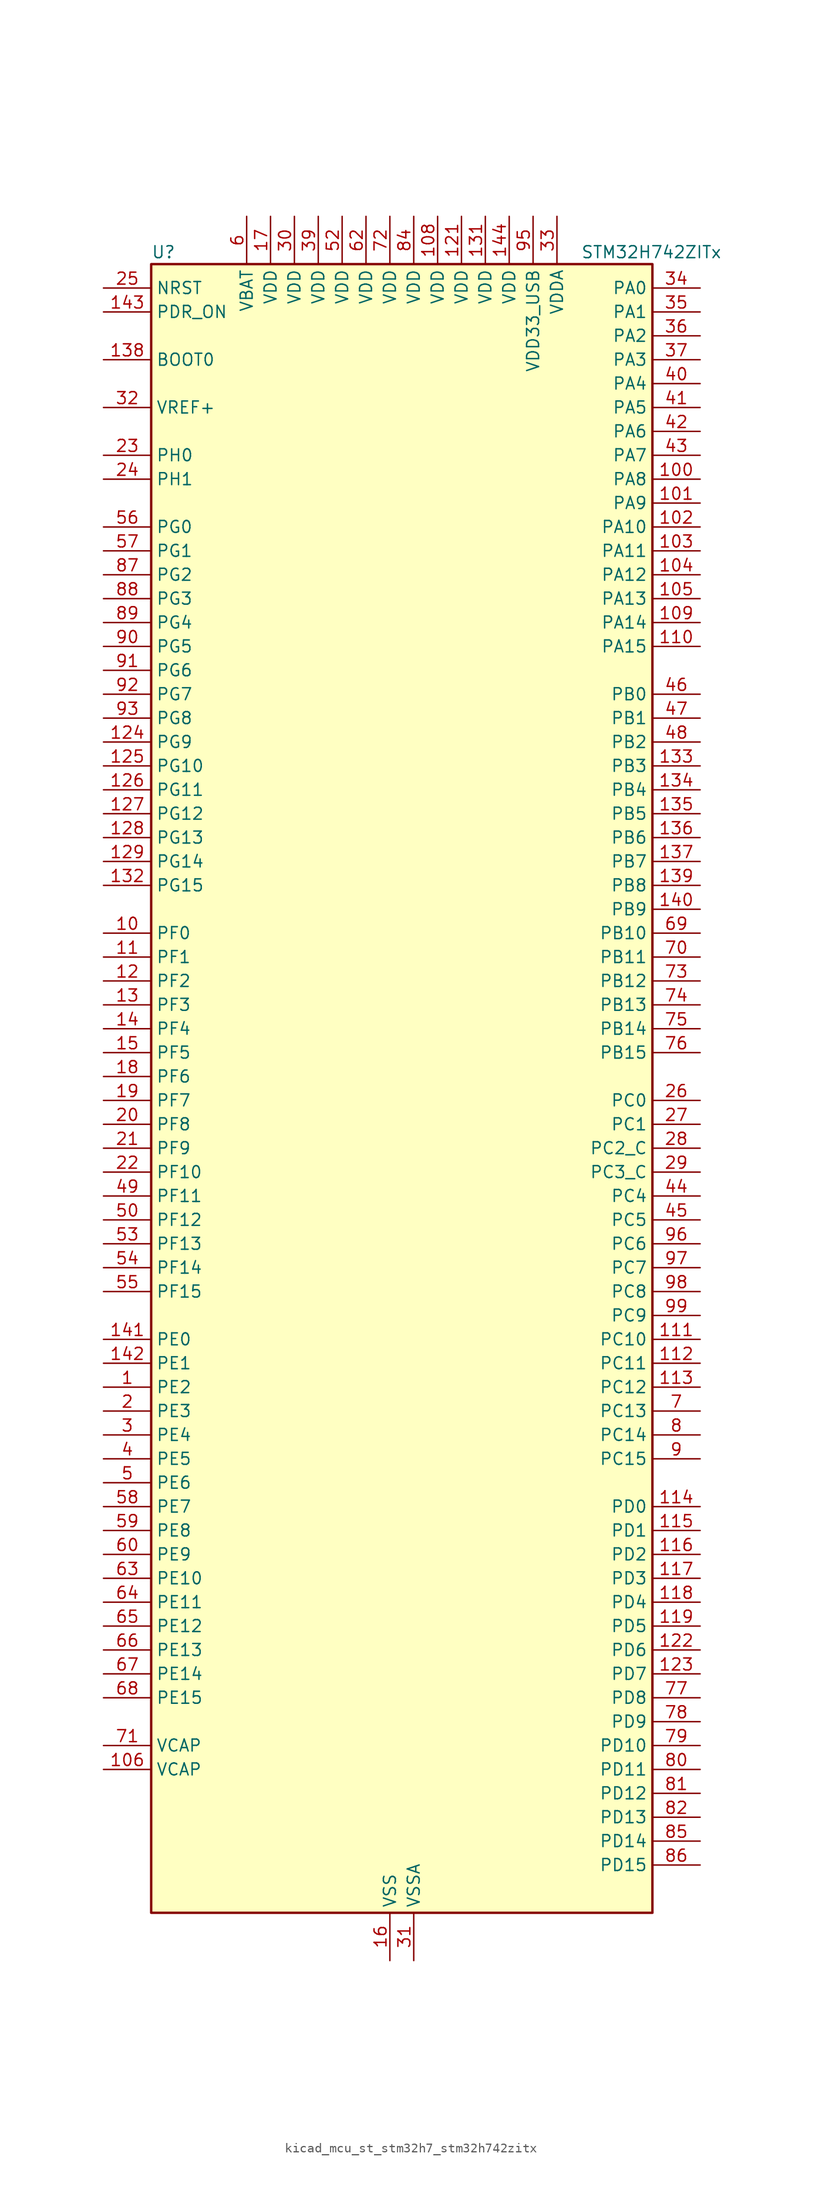
<source format=kicad_sym>
(kicad_symbol_lib
  (version 20220914)
  (generator kicad_symbol_editor)
  (symbol "kicad_mcu_st_stm32h7_stm32h742zitx"
    (property "Reference" "U"
      (at -25.4 90.17 0)
      (effects (font (size 1.27 1.27)) (justify left)))
    (property "Value" "STM32H742ZITx"
      (at 20.32 90.17 0)
      (effects (font (size 1.27 1.27)) (justify left)))
    (property "ki_locked" ""
      (at 0 0 0)
      (effects (font (size 1.27 1.27))))
    (symbol "kicad_mcu_st_stm32h7_stm32h742zitx_0_1"
      (rectangle (start -25.4 -86.36) (end 27.94 88.9) (stroke (width 0.254) (type default)) (fill (type background))))
    (symbol "kicad_mcu_st_stm32h7_stm32h742zitx_1_1"
      (pin bidirectional line (at -30.48 -30.48 0) (length 5.08) (name "PE2" (effects (font (size 1.27 1.27)))) (number "1" (effects (font (size 1.27 1.27)))) (alternate "DEBUG_TRACECLK" bidirectional line) (alternate "ETH_TXD3" bidirectional line) (alternate "FMC_A23" bidirectional line) (alternate "QUADSPI_BK1_IO2" bidirectional line) (alternate "SAI1_CK1" bidirectional line) (alternate "SAI1_MCLK_A" bidirectional line) (alternate "SAI4_CK1" bidirectional line) (alternate "SAI4_MCLK_A" bidirectional line) (alternate "SPI4_SCK" bidirectional line))
      (pin bidirectional line (at -30.48 17.78 0) (length 5.08) (name "PF0" (effects (font (size 1.27 1.27)))) (number "10" (effects (font (size 1.27 1.27)))) (alternate "FMC_A0" bidirectional line) (alternate "I2C2_SDA" bidirectional line))
      (pin bidirectional line (at 33.02 66.04 180) (length 5.08) (name "PA8" (effects (font (size 1.27 1.27)))) (number "100" (effects (font (size 1.27 1.27)))) (alternate "HRTIM_CHB2" bidirectional line) (alternate "I2C3_SCL" bidirectional line) (alternate "RCC_MCO_1" bidirectional line) (alternate "TIM1_CH1" bidirectional line) (alternate "TIM8_BKIN2" bidirectional line) (alternate "TIM8_BKIN2_COMP1" bidirectional line) (alternate "TIM8_BKIN2_COMP2" bidirectional line) (alternate "UART7_RX" bidirectional line) (alternate "USART1_CK" bidirectional line) (alternate "USB_OTG_FS_SOF" bidirectional line))
      (pin bidirectional line (at 33.02 63.5 180) (length 5.08) (name "PA9" (effects (font (size 1.27 1.27)))) (number "101" (effects (font (size 1.27 1.27)))) (alternate "DAC1_EXTI9" bidirectional line) (alternate "DCMI_D0" bidirectional line) (alternate "HRTIM_CHC1" bidirectional line) (alternate "I2C3_SMBA" bidirectional line) (alternate "I2S2_CK" bidirectional line) (alternate "LPUART1_TX" bidirectional line) (alternate "SPI2_SCK" bidirectional line) (alternate "TIM1_CH2" bidirectional line) (alternate "USART1_TX" bidirectional line) (alternate "USB_OTG_FS_VBUS" bidirectional line))
      (pin bidirectional line (at 33.02 60.96 180) (length 5.08) (name "PA10" (effects (font (size 1.27 1.27)))) (number "102" (effects (font (size 1.27 1.27)))) (alternate "DCMI_D1" bidirectional line) (alternate "HRTIM_CHC2" bidirectional line) (alternate "LPUART1_RX" bidirectional line) (alternate "MDIOS_MDIO" bidirectional line) (alternate "TIM1_CH3" bidirectional line) (alternate "USART1_RX" bidirectional line) (alternate "USB_OTG_FS_ID" bidirectional line))
      (pin bidirectional line (at 33.02 58.42 180) (length 5.08) (name "PA11" (effects (font (size 1.27 1.27)))) (number "103" (effects (font (size 1.27 1.27)))) (alternate "ADC1_EXTI11" bidirectional line) (alternate "ADC2_EXTI11" bidirectional line) (alternate "ADC3_EXTI11" bidirectional line) (alternate "FDCAN1_RX" bidirectional line) (alternate "HRTIM_CHD1" bidirectional line) (alternate "I2S2_WS" bidirectional line) (alternate "LPUART1_CTS" bidirectional line) (alternate "SPI2_NSS" bidirectional line) (alternate "TIM1_CH4" bidirectional line) (alternate "UART4_RX" bidirectional line) (alternate "USART1_CTS" bidirectional line) (alternate "USART1_NSS" bidirectional line) (alternate "USB_OTG_FS_DM" bidirectional line))
      (pin bidirectional line (at 33.02 55.88 180) (length 5.08) (name "PA12" (effects (font (size 1.27 1.27)))) (number "104" (effects (font (size 1.27 1.27)))) (alternate "FDCAN1_TX" bidirectional line) (alternate "HRTIM_CHD2" bidirectional line) (alternate "I2S2_CK" bidirectional line) (alternate "LPUART1_DE" bidirectional line) (alternate "LPUART1_RTS" bidirectional line) (alternate "SAI2_FS_B" bidirectional line) (alternate "SPI2_SCK" bidirectional line) (alternate "TIM1_ETR" bidirectional line) (alternate "UART4_TX" bidirectional line) (alternate "USART1_DE" bidirectional line) (alternate "USART1_RTS" bidirectional line) (alternate "USB_OTG_FS_DP" bidirectional line))
      (pin bidirectional line (at 33.02 53.34 180) (length 5.08) (name "PA13" (effects (font (size 1.27 1.27)))) (number "105" (effects (font (size 1.27 1.27)))) (alternate "DEBUG_JTMS-SWDIO" bidirectional line))
      (pin power_out line (at -30.48 -71.12 0) (length 5.08) (name "VCAP" (effects (font (size 1.27 1.27)))) (number "106" (effects (font (size 1.27 1.27)))))
      (pin passive line (at 0 -91.44 90) (length 5.08) hide (name "VSS" (effects (font (size 1.27 1.27)))) (number "107" (effects (font (size 1.27 1.27)))))
      (pin power_in line (at 5.08 93.98 270) (length 5.08) (name "VDD" (effects (font (size 1.27 1.27)))) (number "108" (effects (font (size 1.27 1.27)))))
      (pin bidirectional line (at 33.02 50.8 180) (length 5.08) (name "PA14" (effects (font (size 1.27 1.27)))) (number "109" (effects (font (size 1.27 1.27)))) (alternate "DEBUG_JTCK-SWCLK" bidirectional line))
      (pin bidirectional line (at -30.48 15.24 0) (length 5.08) (name "PF1" (effects (font (size 1.27 1.27)))) (number "11" (effects (font (size 1.27 1.27)))) (alternate "FMC_A1" bidirectional line) (alternate "I2C2_SCL" bidirectional line))
      (pin bidirectional line (at 33.02 48.26 180) (length 5.08) (name "PA15" (effects (font (size 1.27 1.27)))) (number "110" (effects (font (size 1.27 1.27)))) (alternate "ADC1_EXTI15" bidirectional line) (alternate "ADC2_EXTI15" bidirectional line) (alternate "ADC3_EXTI15" bidirectional line) (alternate "CEC" bidirectional line) (alternate "DEBUG_JTDI" bidirectional line) (alternate "HRTIM_FLT1" bidirectional line) (alternate "I2S1_WS" bidirectional line) (alternate "I2S3_WS" bidirectional line) (alternate "SPI1_NSS" bidirectional line) (alternate "SPI3_NSS" bidirectional line) (alternate "SPI6_NSS" bidirectional line) (alternate "TIM2_CH1" bidirectional line) (alternate "TIM2_ETR" bidirectional line) (alternate "UART4_DE" bidirectional line) (alternate "UART4_RTS" bidirectional line) (alternate "UART7_TX" bidirectional line))
      (pin bidirectional line (at 33.02 -25.4 180) (length 5.08) (name "PC10" (effects (font (size 1.27 1.27)))) (number "111" (effects (font (size 1.27 1.27)))) (alternate "DCMI_D8" bidirectional line) (alternate "DFSDM1_CKIN5" bidirectional line) (alternate "HRTIM_EEV1" bidirectional line) (alternate "I2S3_CK" bidirectional line) (alternate "QUADSPI_BK1_IO1" bidirectional line) (alternate "SDMMC1_D2" bidirectional line) (alternate "SPI3_SCK" bidirectional line) (alternate "UART4_TX" bidirectional line) (alternate "USART3_TX" bidirectional line))
      (pin bidirectional line (at 33.02 -27.94 180) (length 5.08) (name "PC11" (effects (font (size 1.27 1.27)))) (number "112" (effects (font (size 1.27 1.27)))) (alternate "ADC1_EXTI11" bidirectional line) (alternate "ADC2_EXTI11" bidirectional line) (alternate "ADC3_EXTI11" bidirectional line) (alternate "DCMI_D4" bidirectional line) (alternate "DFSDM1_DATIN5" bidirectional line) (alternate "HRTIM_FLT2" bidirectional line) (alternate "I2S3_SDI" bidirectional line) (alternate "QUADSPI_BK2_NCS" bidirectional line) (alternate "SDMMC1_D3" bidirectional line) (alternate "SPI3_MISO" bidirectional line) (alternate "UART4_RX" bidirectional line) (alternate "USART3_RX" bidirectional line))
      (pin bidirectional line (at 33.02 -30.48 180) (length 5.08) (name "PC12" (effects (font (size 1.27 1.27)))) (number "113" (effects (font (size 1.27 1.27)))) (alternate "DCMI_D9" bidirectional line) (alternate "DEBUG_TRACED3" bidirectional line) (alternate "HRTIM_EEV2" bidirectional line) (alternate "I2S3_SDO" bidirectional line) (alternate "SDMMC1_CK" bidirectional line) (alternate "SPI3_MOSI" bidirectional line) (alternate "UART5_TX" bidirectional line) (alternate "USART3_CK" bidirectional line))
      (pin bidirectional line (at 33.02 -43.18 180) (length 5.08) (name "PD0" (effects (font (size 1.27 1.27)))) (number "114" (effects (font (size 1.27 1.27)))) (alternate "DFSDM1_CKIN6" bidirectional line) (alternate "FDCAN1_RX" bidirectional line) (alternate "FMC_D2" bidirectional line) (alternate "FMC_DA2" bidirectional line) (alternate "SAI3_SCK_A" bidirectional line) (alternate "UART4_RX" bidirectional line))
      (pin bidirectional line (at 33.02 -45.72 180) (length 5.08) (name "PD1" (effects (font (size 1.27 1.27)))) (number "115" (effects (font (size 1.27 1.27)))) (alternate "DFSDM1_DATIN6" bidirectional line) (alternate "FDCAN1_TX" bidirectional line) (alternate "FMC_D3" bidirectional line) (alternate "FMC_DA3" bidirectional line) (alternate "SAI3_SD_A" bidirectional line) (alternate "UART4_TX" bidirectional line))
      (pin bidirectional line (at 33.02 -48.26 180) (length 5.08) (name "PD2" (effects (font (size 1.27 1.27)))) (number "116" (effects (font (size 1.27 1.27)))) (alternate "DCMI_D11" bidirectional line) (alternate "DEBUG_TRACED2" bidirectional line) (alternate "SDMMC1_CMD" bidirectional line) (alternate "TIM3_ETR" bidirectional line) (alternate "UART5_RX" bidirectional line))
      (pin bidirectional line (at 33.02 -50.8 180) (length 5.08) (name "PD3" (effects (font (size 1.27 1.27)))) (number "117" (effects (font (size 1.27 1.27)))) (alternate "DCMI_D5" bidirectional line) (alternate "DFSDM1_CKOUT" bidirectional line) (alternate "FMC_CLK" bidirectional line) (alternate "I2S2_CK" bidirectional line) (alternate "SPI2_SCK" bidirectional line) (alternate "USART2_CTS" bidirectional line) (alternate "USART2_NSS" bidirectional line))
      (pin bidirectional line (at 33.02 -53.34 180) (length 5.08) (name "PD4" (effects (font (size 1.27 1.27)))) (number "118" (effects (font (size 1.27 1.27)))) (alternate "FMC_NOE" bidirectional line) (alternate "HRTIM_FLT3" bidirectional line) (alternate "SAI3_FS_A" bidirectional line) (alternate "USART2_DE" bidirectional line) (alternate "USART2_RTS" bidirectional line))
      (pin bidirectional line (at 33.02 -55.88 180) (length 5.08) (name "PD5" (effects (font (size 1.27 1.27)))) (number "119" (effects (font (size 1.27 1.27)))) (alternate "FMC_NWE" bidirectional line) (alternate "HRTIM_EEV3" bidirectional line) (alternate "USART2_TX" bidirectional line))
      (pin bidirectional line (at -30.48 12.7 0) (length 5.08) (name "PF2" (effects (font (size 1.27 1.27)))) (number "12" (effects (font (size 1.27 1.27)))) (alternate "FMC_A2" bidirectional line) (alternate "I2C2_SMBA" bidirectional line))
      (pin passive line (at 0 -91.44 90) (length 5.08) hide (name "VSS" (effects (font (size 1.27 1.27)))) (number "120" (effects (font (size 1.27 1.27)))))
      (pin power_in line (at 7.62 93.98 270) (length 5.08) (name "VDD" (effects (font (size 1.27 1.27)))) (number "121" (effects (font (size 1.27 1.27)))))
      (pin bidirectional line (at 33.02 -58.42 180) (length 5.08) (name "PD6" (effects (font (size 1.27 1.27)))) (number "122" (effects (font (size 1.27 1.27)))) (alternate "DCMI_D10" bidirectional line) (alternate "DFSDM1_CKIN4" bidirectional line) (alternate "DFSDM1_DATIN1" bidirectional line) (alternate "FMC_NWAIT" bidirectional line) (alternate "I2S3_SDO" bidirectional line) (alternate "SAI1_D1" bidirectional line) (alternate "SAI1_SD_A" bidirectional line) (alternate "SAI4_D1" bidirectional line) (alternate "SAI4_SD_A" bidirectional line) (alternate "SDMMC2_CK" bidirectional line) (alternate "SPI3_MOSI" bidirectional line) (alternate "USART2_RX" bidirectional line))
      (pin bidirectional line (at 33.02 -60.96 180) (length 5.08) (name "PD7" (effects (font (size 1.27 1.27)))) (number "123" (effects (font (size 1.27 1.27)))) (alternate "DFSDM1_CKIN1" bidirectional line) (alternate "DFSDM1_DATIN4" bidirectional line) (alternate "FMC_NE1" bidirectional line) (alternate "I2S1_SDO" bidirectional line) (alternate "SDMMC2_CMD" bidirectional line) (alternate "SPDIFRX1_IN0" bidirectional line) (alternate "SPI1_MOSI" bidirectional line) (alternate "USART2_CK" bidirectional line))
      (pin bidirectional line (at -30.48 38.1 0) (length 5.08) (name "PG9" (effects (font (size 1.27 1.27)))) (number "124" (effects (font (size 1.27 1.27)))) (alternate "DAC1_EXTI9" bidirectional line) (alternate "DCMI_VSYNC" bidirectional line) (alternate "FMC_NCE" bidirectional line) (alternate "FMC_NE2" bidirectional line) (alternate "I2S1_SDI" bidirectional line) (alternate "QUADSPI_BK2_IO2" bidirectional line) (alternate "SAI2_FS_B" bidirectional line) (alternate "SPDIFRX1_IN3" bidirectional line) (alternate "SPI1_MISO" bidirectional line) (alternate "USART6_RX" bidirectional line))
      (pin bidirectional line (at -30.48 35.56 0) (length 5.08) (name "PG10" (effects (font (size 1.27 1.27)))) (number "125" (effects (font (size 1.27 1.27)))) (alternate "DCMI_D2" bidirectional line) (alternate "FMC_NE3" bidirectional line) (alternate "HRTIM_FLT5" bidirectional line) (alternate "I2S1_WS" bidirectional line) (alternate "SAI2_SD_B" bidirectional line) (alternate "SPI1_NSS" bidirectional line))
      (pin bidirectional line (at -30.48 33.02 0) (length 5.08) (name "PG11" (effects (font (size 1.27 1.27)))) (number "126" (effects (font (size 1.27 1.27)))) (alternate "ADC1_EXTI11" bidirectional line) (alternate "ADC2_EXTI11" bidirectional line) (alternate "ADC3_EXTI11" bidirectional line) (alternate "DCMI_D3" bidirectional line) (alternate "ETH_TX_EN" bidirectional line) (alternate "HRTIM_EEV4" bidirectional line) (alternate "I2S1_CK" bidirectional line) (alternate "LPTIM1_IN2" bidirectional line) (alternate "SDMMC2_D2" bidirectional line) (alternate "SPDIFRX1_IN0" bidirectional line) (alternate "SPI1_SCK" bidirectional line))
      (pin bidirectional line (at -30.48 30.48 0) (length 5.08) (name "PG12" (effects (font (size 1.27 1.27)))) (number "127" (effects (font (size 1.27 1.27)))) (alternate "ETH_TXD1" bidirectional line) (alternate "FMC_NE4" bidirectional line) (alternate "HRTIM_EEV5" bidirectional line) (alternate "LPTIM1_IN1" bidirectional line) (alternate "SPDIFRX1_IN1" bidirectional line) (alternate "SPI6_MISO" bidirectional line) (alternate "USART6_DE" bidirectional line) (alternate "USART6_RTS" bidirectional line))
      (pin bidirectional line (at -30.48 27.94 0) (length 5.08) (name "PG13" (effects (font (size 1.27 1.27)))) (number "128" (effects (font (size 1.27 1.27)))) (alternate "DEBUG_TRACED0" bidirectional line) (alternate "ETH_TXD0" bidirectional line) (alternate "FMC_A24" bidirectional line) (alternate "HRTIM_EEV10" bidirectional line) (alternate "LPTIM1_OUT" bidirectional line) (alternate "SPI6_SCK" bidirectional line) (alternate "USART6_CTS" bidirectional line) (alternate "USART6_NSS" bidirectional line))
      (pin bidirectional line (at -30.48 25.4 0) (length 5.08) (name "PG14" (effects (font (size 1.27 1.27)))) (number "129" (effects (font (size 1.27 1.27)))) (alternate "DEBUG_TRACED1" bidirectional line) (alternate "ETH_TXD1" bidirectional line) (alternate "FMC_A25" bidirectional line) (alternate "LPTIM1_ETR" bidirectional line) (alternate "QUADSPI_BK2_IO3" bidirectional line) (alternate "SPI6_MOSI" bidirectional line) (alternate "USART6_TX" bidirectional line))
      (pin bidirectional line (at -30.48 10.16 0) (length 5.08) (name "PF3" (effects (font (size 1.27 1.27)))) (number "13" (effects (font (size 1.27 1.27)))) (alternate "ADC3_INP5" bidirectional line) (alternate "FMC_A3" bidirectional line))
      (pin passive line (at 0 -91.44 90) (length 5.08) hide (name "VSS" (effects (font (size 1.27 1.27)))) (number "130" (effects (font (size 1.27 1.27)))))
      (pin power_in line (at 10.16 93.98 270) (length 5.08) (name "VDD" (effects (font (size 1.27 1.27)))) (number "131" (effects (font (size 1.27 1.27)))))
      (pin bidirectional line (at -30.48 22.86 0) (length 5.08) (name "PG15" (effects (font (size 1.27 1.27)))) (number "132" (effects (font (size 1.27 1.27)))) (alternate "ADC1_EXTI15" bidirectional line) (alternate "ADC2_EXTI15" bidirectional line) (alternate "ADC3_EXTI15" bidirectional line) (alternate "DCMI_D13" bidirectional line) (alternate "FMC_SDNCAS" bidirectional line) (alternate "USART6_CTS" bidirectional line) (alternate "USART6_NSS" bidirectional line))
      (pin bidirectional line (at 33.02 35.56 180) (length 5.08) (name "PB3" (effects (font (size 1.27 1.27)))) (number "133" (effects (font (size 1.27 1.27)))) (alternate "CRS_SYNC" bidirectional line) (alternate "DEBUG_JTDO-SWO" bidirectional line) (alternate "HRTIM_FLT4" bidirectional line) (alternate "I2S1_CK" bidirectional line) (alternate "I2S3_CK" bidirectional line) (alternate "SDMMC2_D2" bidirectional line) (alternate "SPI1_SCK" bidirectional line) (alternate "SPI3_SCK" bidirectional line) (alternate "SPI6_SCK" bidirectional line) (alternate "TIM2_CH2" bidirectional line) (alternate "UART7_RX" bidirectional line))
      (pin bidirectional line (at 33.02 33.02 180) (length 5.08) (name "PB4" (effects (font (size 1.27 1.27)))) (number "134" (effects (font (size 1.27 1.27)))) (alternate "DEBUG_JTRST" bidirectional line) (alternate "HRTIM_EEV6" bidirectional line) (alternate "I2S1_SDI" bidirectional line) (alternate "I2S2_WS" bidirectional line) (alternate "I2S3_SDI" bidirectional line) (alternate "SDMMC2_D3" bidirectional line) (alternate "SPI1_MISO" bidirectional line) (alternate "SPI2_NSS" bidirectional line) (alternate "SPI3_MISO" bidirectional line) (alternate "SPI6_MISO" bidirectional line) (alternate "TIM16_BKIN" bidirectional line) (alternate "TIM3_CH1" bidirectional line) (alternate "UART7_TX" bidirectional line))
      (pin bidirectional line (at 33.02 30.48 180) (length 5.08) (name "PB5" (effects (font (size 1.27 1.27)))) (number "135" (effects (font (size 1.27 1.27)))) (alternate "DCMI_D10" bidirectional line) (alternate "ETH_PPS_OUT" bidirectional line) (alternate "FDCAN2_RX" bidirectional line) (alternate "FMC_SDCKE1" bidirectional line) (alternate "HRTIM_EEV7" bidirectional line) (alternate "I2C1_SMBA" bidirectional line) (alternate "I2C4_SMBA" bidirectional line) (alternate "I2S1_SDO" bidirectional line) (alternate "I2S3_SDO" bidirectional line) (alternate "SPI1_MOSI" bidirectional line) (alternate "SPI3_MOSI" bidirectional line) (alternate "SPI6_MOSI" bidirectional line) (alternate "TIM17_BKIN" bidirectional line) (alternate "TIM3_CH2" bidirectional line) (alternate "UART5_RX" bidirectional line) (alternate "USB_OTG_HS_ULPI_D7" bidirectional line))
      (pin bidirectional line (at 33.02 27.94 180) (length 5.08) (name "PB6" (effects (font (size 1.27 1.27)))) (number "136" (effects (font (size 1.27 1.27)))) (alternate "CEC" bidirectional line) (alternate "DCMI_D5" bidirectional line) (alternate "DFSDM1_DATIN5" bidirectional line) (alternate "FDCAN2_TX" bidirectional line) (alternate "FMC_SDNE1" bidirectional line) (alternate "HRTIM_EEV8" bidirectional line) (alternate "I2C1_SCL" bidirectional line) (alternate "I2C4_SCL" bidirectional line) (alternate "LPUART1_TX" bidirectional line) (alternate "QUADSPI_BK1_NCS" bidirectional line) (alternate "TIM16_CH1N" bidirectional line) (alternate "TIM4_CH1" bidirectional line) (alternate "UART5_TX" bidirectional line) (alternate "USART1_TX" bidirectional line))
      (pin bidirectional line (at 33.02 25.4 180) (length 5.08) (name "PB7" (effects (font (size 1.27 1.27)))) (number "137" (effects (font (size 1.27 1.27)))) (alternate "DCMI_VSYNC" bidirectional line) (alternate "DFSDM1_CKIN5" bidirectional line) (alternate "FMC_NL" bidirectional line) (alternate "HRTIM_EEV9" bidirectional line) (alternate "I2C1_SDA" bidirectional line) (alternate "I2C4_SDA" bidirectional line) (alternate "LPUART1_RX" bidirectional line) (alternate "PWR_PVD_IN" bidirectional line) (alternate "TIM17_CH1N" bidirectional line) (alternate "TIM4_CH2" bidirectional line) (alternate "USART1_RX" bidirectional line))
      (pin input line (at -30.48 78.74 0) (length 5.08) (name "BOOT0" (effects (font (size 1.27 1.27)))) (number "138" (effects (font (size 1.27 1.27)))))
      (pin bidirectional line (at 33.02 22.86 180) (length 5.08) (name "PB8" (effects (font (size 1.27 1.27)))) (number "139" (effects (font (size 1.27 1.27)))) (alternate "DCMI_D6" bidirectional line) (alternate "DFSDM1_CKIN7" bidirectional line) (alternate "ETH_TXD3" bidirectional line) (alternate "FDCAN1_RX" bidirectional line) (alternate "I2C1_SCL" bidirectional line) (alternate "I2C4_SCL" bidirectional line) (alternate "SDMMC1_CKIN" bidirectional line) (alternate "SDMMC1_D4" bidirectional line) (alternate "SDMMC2_D4" bidirectional line) (alternate "TIM16_CH1" bidirectional line) (alternate "TIM4_CH3" bidirectional line) (alternate "UART4_RX" bidirectional line))
      (pin bidirectional line (at -30.48 7.62 0) (length 5.08) (name "PF4" (effects (font (size 1.27 1.27)))) (number "14" (effects (font (size 1.27 1.27)))) (alternate "ADC3_INN5" bidirectional line) (alternate "ADC3_INP9" bidirectional line) (alternate "FMC_A4" bidirectional line))
      (pin bidirectional line (at 33.02 20.32 180) (length 5.08) (name "PB9" (effects (font (size 1.27 1.27)))) (number "140" (effects (font (size 1.27 1.27)))) (alternate "DAC1_EXTI9" bidirectional line) (alternate "DCMI_D7" bidirectional line) (alternate "DFSDM1_DATIN7" bidirectional line) (alternate "FDCAN1_TX" bidirectional line) (alternate "I2C1_SDA" bidirectional line) (alternate "I2C4_SDA" bidirectional line) (alternate "I2C4_SMBA" bidirectional line) (alternate "I2S2_WS" bidirectional line) (alternate "SDMMC1_CDIR" bidirectional line) (alternate "SDMMC1_D5" bidirectional line) (alternate "SDMMC2_D5" bidirectional line) (alternate "SPI2_NSS" bidirectional line) (alternate "TIM17_CH1" bidirectional line) (alternate "TIM4_CH4" bidirectional line) (alternate "UART4_TX" bidirectional line))
      (pin bidirectional line (at -30.48 -25.4 0) (length 5.08) (name "PE0" (effects (font (size 1.27 1.27)))) (number "141" (effects (font (size 1.27 1.27)))) (alternate "DCMI_D2" bidirectional line) (alternate "FMC_NBL0" bidirectional line) (alternate "HRTIM_SCIN" bidirectional line) (alternate "LPTIM1_ETR" bidirectional line) (alternate "LPTIM2_ETR" bidirectional line) (alternate "SAI2_MCLK_A" bidirectional line) (alternate "TIM4_ETR" bidirectional line) (alternate "UART8_RX" bidirectional line))
      (pin bidirectional line (at -30.48 -27.94 0) (length 5.08) (name "PE1" (effects (font (size 1.27 1.27)))) (number "142" (effects (font (size 1.27 1.27)))) (alternate "DCMI_D3" bidirectional line) (alternate "FMC_NBL1" bidirectional line) (alternate "HRTIM_SCOUT" bidirectional line) (alternate "LPTIM1_IN2" bidirectional line) (alternate "UART8_TX" bidirectional line))
      (pin input line (at -30.48 83.82 0) (length 5.08) (name "PDR_ON" (effects (font (size 1.27 1.27)))) (number "143" (effects (font (size 1.27 1.27)))))
      (pin power_in line (at 12.7 93.98 270) (length 5.08) (name "VDD" (effects (font (size 1.27 1.27)))) (number "144" (effects (font (size 1.27 1.27)))))
      (pin bidirectional line (at -30.48 5.08 0) (length 5.08) (name "PF5" (effects (font (size 1.27 1.27)))) (number "15" (effects (font (size 1.27 1.27)))) (alternate "ADC3_INP4" bidirectional line) (alternate "FMC_A5" bidirectional line))
      (pin power_in line (at 0 -91.44 90) (length 5.08) (name "VSS" (effects (font (size 1.27 1.27)))) (number "16" (effects (font (size 1.27 1.27)))))
      (pin power_in line (at -12.7 93.98 270) (length 5.08) (name "VDD" (effects (font (size 1.27 1.27)))) (number "17" (effects (font (size 1.27 1.27)))))
      (pin bidirectional line (at -30.48 2.54 0) (length 5.08) (name "PF6" (effects (font (size 1.27 1.27)))) (number "18" (effects (font (size 1.27 1.27)))) (alternate "ADC3_INN4" bidirectional line) (alternate "ADC3_INP8" bidirectional line) (alternate "QUADSPI_BK1_IO3" bidirectional line) (alternate "SAI1_SD_B" bidirectional line) (alternate "SAI4_SD_B" bidirectional line) (alternate "SPI5_NSS" bidirectional line) (alternate "TIM16_CH1" bidirectional line) (alternate "UART7_RX" bidirectional line))
      (pin bidirectional line (at -30.48 0 0) (length 5.08) (name "PF7" (effects (font (size 1.27 1.27)))) (number "19" (effects (font (size 1.27 1.27)))) (alternate "ADC3_INP3" bidirectional line) (alternate "QUADSPI_BK1_IO2" bidirectional line) (alternate "SAI1_MCLK_B" bidirectional line) (alternate "SAI4_MCLK_B" bidirectional line) (alternate "SPI5_SCK" bidirectional line) (alternate "TIM17_CH1" bidirectional line) (alternate "UART7_TX" bidirectional line))
      (pin bidirectional line (at -30.48 -33.02 0) (length 5.08) (name "PE3" (effects (font (size 1.27 1.27)))) (number "2" (effects (font (size 1.27 1.27)))) (alternate "DEBUG_TRACED0" bidirectional line) (alternate "FMC_A19" bidirectional line) (alternate "SAI1_SD_B" bidirectional line) (alternate "SAI4_SD_B" bidirectional line) (alternate "TIM15_BKIN" bidirectional line))
      (pin bidirectional line (at -30.48 -2.54 0) (length 5.08) (name "PF8" (effects (font (size 1.27 1.27)))) (number "20" (effects (font (size 1.27 1.27)))) (alternate "ADC3_INN3" bidirectional line) (alternate "ADC3_INP7" bidirectional line) (alternate "QUADSPI_BK1_IO0" bidirectional line) (alternate "SAI1_SCK_B" bidirectional line) (alternate "SAI4_SCK_B" bidirectional line) (alternate "SPI5_MISO" bidirectional line) (alternate "TIM13_CH1" bidirectional line) (alternate "TIM16_CH1N" bidirectional line) (alternate "UART7_DE" bidirectional line) (alternate "UART7_RTS" bidirectional line))
      (pin bidirectional line (at -30.48 -5.08 0) (length 5.08) (name "PF9" (effects (font (size 1.27 1.27)))) (number "21" (effects (font (size 1.27 1.27)))) (alternate "ADC3_INP2" bidirectional line) (alternate "DAC1_EXTI9" bidirectional line) (alternate "QUADSPI_BK1_IO1" bidirectional line) (alternate "SAI1_FS_B" bidirectional line) (alternate "SAI4_FS_B" bidirectional line) (alternate "SPI5_MOSI" bidirectional line) (alternate "TIM14_CH1" bidirectional line) (alternate "TIM17_CH1N" bidirectional line) (alternate "UART7_CTS" bidirectional line))
      (pin bidirectional line (at -30.48 -7.62 0) (length 5.08) (name "PF10" (effects (font (size 1.27 1.27)))) (number "22" (effects (font (size 1.27 1.27)))) (alternate "ADC3_INN2" bidirectional line) (alternate "ADC3_INP6" bidirectional line) (alternate "DCMI_D11" bidirectional line) (alternate "QUADSPI_CLK" bidirectional line) (alternate "SAI1_D3" bidirectional line) (alternate "SAI4_D3" bidirectional line) (alternate "TIM16_BKIN" bidirectional line))
      (pin bidirectional line (at -30.48 68.58 0) (length 5.08) (name "PH0" (effects (font (size 1.27 1.27)))) (number "23" (effects (font (size 1.27 1.27)))) (alternate "RCC_OSC_IN" bidirectional line))
      (pin bidirectional line (at -30.48 66.04 0) (length 5.08) (name "PH1" (effects (font (size 1.27 1.27)))) (number "24" (effects (font (size 1.27 1.27)))) (alternate "RCC_OSC_OUT" bidirectional line))
      (pin input line (at -30.48 86.36 0) (length 5.08) (name "NRST" (effects (font (size 1.27 1.27)))) (number "25" (effects (font (size 1.27 1.27)))))
      (pin bidirectional line (at 33.02 0 180) (length 5.08) (name "PC0" (effects (font (size 1.27 1.27)))) (number "26" (effects (font (size 1.27 1.27)))) (alternate "ADC1_INP10" bidirectional line) (alternate "ADC2_INP10" bidirectional line) (alternate "ADC3_INP10" bidirectional line) (alternate "DFSDM1_CKIN0" bidirectional line) (alternate "DFSDM1_DATIN4" bidirectional line) (alternate "FMC_SDNWE" bidirectional line) (alternate "SAI2_FS_B" bidirectional line) (alternate "USB_OTG_HS_ULPI_STP" bidirectional line))
      (pin bidirectional line (at 33.02 -2.54 180) (length 5.08) (name "PC1" (effects (font (size 1.27 1.27)))) (number "27" (effects (font (size 1.27 1.27)))) (alternate "ADC1_INN10" bidirectional line) (alternate "ADC1_INP11" bidirectional line) (alternate "ADC2_INN10" bidirectional line) (alternate "ADC2_INP11" bidirectional line) (alternate "ADC3_INN10" bidirectional line) (alternate "ADC3_INP11" bidirectional line) (alternate "DEBUG_TRACED0" bidirectional line) (alternate "DFSDM1_CKIN4" bidirectional line) (alternate "DFSDM1_DATIN0" bidirectional line) (alternate "ETH_MDC" bidirectional line) (alternate "I2S2_SDO" bidirectional line) (alternate "MDIOS_MDC" bidirectional line) (alternate "PWR_WKUP5" bidirectional line) (alternate "RTC_TAMP3" bidirectional line) (alternate "SAI1_D1" bidirectional line) (alternate "SAI1_SD_A" bidirectional line) (alternate "SAI4_D1" bidirectional line) (alternate "SAI4_SD_A" bidirectional line) (alternate "SDMMC2_CK" bidirectional line) (alternate "SPI2_MOSI" bidirectional line))
      (pin bidirectional line (at 33.02 -5.08 180) (length 5.08) (name "PC2_C" (effects (font (size 1.27 1.27)))) (number "28" (effects (font (size 1.27 1.27)))) (alternate "ADC3_INN1" bidirectional line) (alternate "ADC3_INP0" bidirectional line) (alternate "DFSDM1_CKIN1" bidirectional line) (alternate "DFSDM1_CKOUT" bidirectional line) (alternate "ETH_TXD2" bidirectional line) (alternate "FMC_SDNE0" bidirectional line) (alternate "I2S2_SDI" bidirectional line) (alternate "PWR_CSTOP" bidirectional line) (alternate "SPI2_MISO" bidirectional line) (alternate "USB_OTG_HS_ULPI_DIR" bidirectional line))
      (pin bidirectional line (at 33.02 -7.62 180) (length 5.08) (name "PC3_C" (effects (font (size 1.27 1.27)))) (number "29" (effects (font (size 1.27 1.27)))) (alternate "ADC3_INP1" bidirectional line) (alternate "DFSDM1_DATIN1" bidirectional line) (alternate "ETH_TX_CLK" bidirectional line) (alternate "FMC_SDCKE0" bidirectional line) (alternate "I2S2_SDO" bidirectional line) (alternate "PWR_CSLEEP" bidirectional line) (alternate "SPI2_MOSI" bidirectional line) (alternate "USB_OTG_HS_ULPI_NXT" bidirectional line))
      (pin bidirectional line (at -30.48 -35.56 0) (length 5.08) (name "PE4" (effects (font (size 1.27 1.27)))) (number "3" (effects (font (size 1.27 1.27)))) (alternate "DCMI_D4" bidirectional line) (alternate "DEBUG_TRACED1" bidirectional line) (alternate "DFSDM1_DATIN3" bidirectional line) (alternate "FMC_A20" bidirectional line) (alternate "SAI1_D2" bidirectional line) (alternate "SAI1_FS_A" bidirectional line) (alternate "SAI4_D2" bidirectional line) (alternate "SAI4_FS_A" bidirectional line) (alternate "SPI4_NSS" bidirectional line) (alternate "TIM15_CH1N" bidirectional line))
      (pin power_in line (at -10.16 93.98 270) (length 5.08) (name "VDD" (effects (font (size 1.27 1.27)))) (number "30" (effects (font (size 1.27 1.27)))))
      (pin power_in line (at 2.54 -91.44 90) (length 5.08) (name "VSSA" (effects (font (size 1.27 1.27)))) (number "31" (effects (font (size 1.27 1.27)))))
      (pin input line (at -30.48 73.66 0) (length 5.08) (name "VREF+" (effects (font (size 1.27 1.27)))) (number "32" (effects (font (size 1.27 1.27)))) (alternate "VREFBUF_OUT" bidirectional line))
      (pin power_in line (at 17.78 93.98 270) (length 5.08) (name "VDDA" (effects (font (size 1.27 1.27)))) (number "33" (effects (font (size 1.27 1.27)))))
      (pin bidirectional line (at 33.02 86.36 180) (length 5.08) (name "PA0" (effects (font (size 1.27 1.27)))) (number "34" (effects (font (size 1.27 1.27)))) (alternate "ADC1_INP16" bidirectional line) (alternate "ETH_CRS" bidirectional line) (alternate "PWR_WKUP0" bidirectional line) (alternate "SAI2_SD_B" bidirectional line) (alternate "SDMMC2_CMD" bidirectional line) (alternate "TIM15_BKIN" bidirectional line) (alternate "TIM2_CH1" bidirectional line) (alternate "TIM2_ETR" bidirectional line) (alternate "TIM5_CH1" bidirectional line) (alternate "TIM8_ETR" bidirectional line) (alternate "UART4_TX" bidirectional line) (alternate "USART2_CTS" bidirectional line) (alternate "USART2_NSS" bidirectional line))
      (pin bidirectional line (at 33.02 83.82 180) (length 5.08) (name "PA1" (effects (font (size 1.27 1.27)))) (number "35" (effects (font (size 1.27 1.27)))) (alternate "ADC1_INN16" bidirectional line) (alternate "ADC1_INP17" bidirectional line) (alternate "ETH_REF_CLK" bidirectional line) (alternate "ETH_RX_CLK" bidirectional line) (alternate "LPTIM3_OUT" bidirectional line) (alternate "QUADSPI_BK1_IO3" bidirectional line) (alternate "SAI2_MCLK_B" bidirectional line) (alternate "TIM15_CH1N" bidirectional line) (alternate "TIM2_CH2" bidirectional line) (alternate "TIM5_CH2" bidirectional line) (alternate "UART4_RX" bidirectional line) (alternate "USART2_DE" bidirectional line) (alternate "USART2_RTS" bidirectional line))
      (pin bidirectional line (at 33.02 81.28 180) (length 5.08) (name "PA2" (effects (font (size 1.27 1.27)))) (number "36" (effects (font (size 1.27 1.27)))) (alternate "ADC1_INP14" bidirectional line) (alternate "ADC2_INP14" bidirectional line) (alternate "ETH_MDIO" bidirectional line) (alternate "LPTIM4_OUT" bidirectional line) (alternate "MDIOS_MDIO" bidirectional line) (alternate "PWR_WKUP1" bidirectional line) (alternate "SAI2_SCK_B" bidirectional line) (alternate "TIM15_CH1" bidirectional line) (alternate "TIM2_CH3" bidirectional line) (alternate "TIM5_CH3" bidirectional line) (alternate "USART2_TX" bidirectional line))
      (pin bidirectional line (at 33.02 78.74 180) (length 5.08) (name "PA3" (effects (font (size 1.27 1.27)))) (number "37" (effects (font (size 1.27 1.27)))) (alternate "ADC1_INP15" bidirectional line) (alternate "ADC2_INP15" bidirectional line) (alternate "ETH_COL" bidirectional line) (alternate "LPTIM5_OUT" bidirectional line) (alternate "TIM15_CH2" bidirectional line) (alternate "TIM2_CH4" bidirectional line) (alternate "TIM5_CH4" bidirectional line) (alternate "USART2_RX" bidirectional line) (alternate "USB_OTG_HS_ULPI_D0" bidirectional line))
      (pin passive line (at 0 -91.44 90) (length 5.08) hide (name "VSS" (effects (font (size 1.27 1.27)))) (number "38" (effects (font (size 1.27 1.27)))))
      (pin power_in line (at -7.62 93.98 270) (length 5.08) (name "VDD" (effects (font (size 1.27 1.27)))) (number "39" (effects (font (size 1.27 1.27)))))
      (pin bidirectional line (at -30.48 -38.1 0) (length 5.08) (name "PE5" (effects (font (size 1.27 1.27)))) (number "4" (effects (font (size 1.27 1.27)))) (alternate "DCMI_D6" bidirectional line) (alternate "DEBUG_TRACED2" bidirectional line) (alternate "DFSDM1_CKIN3" bidirectional line) (alternate "FMC_A21" bidirectional line) (alternate "SAI1_CK2" bidirectional line) (alternate "SAI1_SCK_A" bidirectional line) (alternate "SAI4_CK2" bidirectional line) (alternate "SAI4_SCK_A" bidirectional line) (alternate "SPI4_MISO" bidirectional line) (alternate "TIM15_CH1" bidirectional line))
      (pin bidirectional line (at 33.02 76.2 180) (length 5.08) (name "PA4" (effects (font (size 1.27 1.27)))) (number "40" (effects (font (size 1.27 1.27)))) (alternate "ADC1_INP18" bidirectional line) (alternate "ADC2_INP18" bidirectional line) (alternate "DAC1_OUT1" bidirectional line) (alternate "DCMI_HSYNC" bidirectional line) (alternate "I2S1_WS" bidirectional line) (alternate "I2S3_WS" bidirectional line) (alternate "SPI1_NSS" bidirectional line) (alternate "SPI3_NSS" bidirectional line) (alternate "SPI6_NSS" bidirectional line) (alternate "TIM5_ETR" bidirectional line) (alternate "USART2_CK" bidirectional line) (alternate "USB_OTG_HS_SOF" bidirectional line))
      (pin bidirectional line (at 33.02 73.66 180) (length 5.08) (name "PA5" (effects (font (size 1.27 1.27)))) (number "41" (effects (font (size 1.27 1.27)))) (alternate "ADC1_INN18" bidirectional line) (alternate "ADC1_INP19" bidirectional line) (alternate "ADC2_INN18" bidirectional line) (alternate "ADC2_INP19" bidirectional line) (alternate "DAC1_OUT2" bidirectional line) (alternate "I2S1_CK" bidirectional line) (alternate "PWR_NDSTOP2" bidirectional line) (alternate "SPI1_SCK" bidirectional line) (alternate "SPI6_SCK" bidirectional line) (alternate "TIM2_CH1" bidirectional line) (alternate "TIM2_ETR" bidirectional line) (alternate "TIM8_CH1N" bidirectional line) (alternate "USB_OTG_HS_ULPI_CK" bidirectional line))
      (pin bidirectional line (at 33.02 71.12 180) (length 5.08) (name "PA6" (effects (font (size 1.27 1.27)))) (number "42" (effects (font (size 1.27 1.27)))) (alternate "ADC1_INP3" bidirectional line) (alternate "ADC2_INP3" bidirectional line) (alternate "DCMI_PIXCLK" bidirectional line) (alternate "I2S1_SDI" bidirectional line) (alternate "MDIOS_MDC" bidirectional line) (alternate "SPI1_MISO" bidirectional line) (alternate "SPI6_MISO" bidirectional line) (alternate "TIM13_CH1" bidirectional line) (alternate "TIM1_BKIN" bidirectional line) (alternate "TIM1_BKIN_COMP1" bidirectional line) (alternate "TIM1_BKIN_COMP2" bidirectional line) (alternate "TIM3_CH1" bidirectional line) (alternate "TIM8_BKIN" bidirectional line) (alternate "TIM8_BKIN_COMP1" bidirectional line) (alternate "TIM8_BKIN_COMP2" bidirectional line))
      (pin bidirectional line (at 33.02 68.58 180) (length 5.08) (name "PA7" (effects (font (size 1.27 1.27)))) (number "43" (effects (font (size 1.27 1.27)))) (alternate "ADC1_INN3" bidirectional line) (alternate "ADC1_INP7" bidirectional line) (alternate "ADC2_INN3" bidirectional line) (alternate "ADC2_INP7" bidirectional line) (alternate "ETH_CRS_DV" bidirectional line) (alternate "ETH_RX_DV" bidirectional line) (alternate "FMC_SDNWE" bidirectional line) (alternate "I2S1_SDO" bidirectional line) (alternate "OPAMP1_VINM" bidirectional line) (alternate "OPAMP1_VINM1" bidirectional line) (alternate "SPI1_MOSI" bidirectional line) (alternate "SPI6_MOSI" bidirectional line) (alternate "TIM14_CH1" bidirectional line) (alternate "TIM1_CH1N" bidirectional line) (alternate "TIM3_CH2" bidirectional line) (alternate "TIM8_CH1N" bidirectional line))
      (pin bidirectional line (at 33.02 -10.16 180) (length 5.08) (name "PC4" (effects (font (size 1.27 1.27)))) (number "44" (effects (font (size 1.27 1.27)))) (alternate "ADC1_INP4" bidirectional line) (alternate "ADC2_INP4" bidirectional line) (alternate "COMP1_INM" bidirectional line) (alternate "DFSDM1_CKIN2" bidirectional line) (alternate "ETH_RXD0" bidirectional line) (alternate "FMC_SDNE0" bidirectional line) (alternate "I2S1_MCK" bidirectional line) (alternate "OPAMP1_VOUT" bidirectional line) (alternate "SPDIFRX1_IN2" bidirectional line))
      (pin bidirectional line (at 33.02 -12.7 180) (length 5.08) (name "PC5" (effects (font (size 1.27 1.27)))) (number "45" (effects (font (size 1.27 1.27)))) (alternate "ADC1_INN4" bidirectional line) (alternate "ADC1_INP8" bidirectional line) (alternate "ADC2_INN4" bidirectional line) (alternate "ADC2_INP8" bidirectional line) (alternate "COMP1_OUT" bidirectional line) (alternate "DFSDM1_DATIN2" bidirectional line) (alternate "ETH_RXD1" bidirectional line) (alternate "FMC_SDCKE0" bidirectional line) (alternate "OPAMP1_VINM" bidirectional line) (alternate "OPAMP1_VINM0" bidirectional line) (alternate "SAI1_D3" bidirectional line) (alternate "SAI4_D3" bidirectional line) (alternate "SPDIFRX1_IN3" bidirectional line))
      (pin bidirectional line (at 33.02 43.18 180) (length 5.08) (name "PB0" (effects (font (size 1.27 1.27)))) (number "46" (effects (font (size 1.27 1.27)))) (alternate "ADC1_INN5" bidirectional line) (alternate "ADC1_INP9" bidirectional line) (alternate "ADC2_INN5" bidirectional line) (alternate "ADC2_INP9" bidirectional line) (alternate "COMP1_INP" bidirectional line) (alternate "DFSDM1_CKOUT" bidirectional line) (alternate "ETH_RXD2" bidirectional line) (alternate "OPAMP1_VINP" bidirectional line) (alternate "TIM1_CH2N" bidirectional line) (alternate "TIM3_CH3" bidirectional line) (alternate "TIM8_CH2N" bidirectional line) (alternate "UART4_CTS" bidirectional line) (alternate "USB_OTG_HS_ULPI_D1" bidirectional line))
      (pin bidirectional line (at 33.02 40.64 180) (length 5.08) (name "PB1" (effects (font (size 1.27 1.27)))) (number "47" (effects (font (size 1.27 1.27)))) (alternate "ADC1_INP5" bidirectional line) (alternate "ADC2_INP5" bidirectional line) (alternate "COMP1_INM" bidirectional line) (alternate "DFSDM1_DATIN1" bidirectional line) (alternate "ETH_RXD3" bidirectional line) (alternate "TIM1_CH3N" bidirectional line) (alternate "TIM3_CH4" bidirectional line) (alternate "TIM8_CH3N" bidirectional line) (alternate "USB_OTG_HS_ULPI_D2" bidirectional line))
      (pin bidirectional line (at 33.02 38.1 180) (length 5.08) (name "PB2" (effects (font (size 1.27 1.27)))) (number "48" (effects (font (size 1.27 1.27)))) (alternate "COMP1_INP" bidirectional line) (alternate "DFSDM1_CKIN1" bidirectional line) (alternate "I2S3_SDO" bidirectional line) (alternate "QUADSPI_CLK" bidirectional line) (alternate "RTC_OUT_ALARM" bidirectional line) (alternate "RTC_OUT_CALIB" bidirectional line) (alternate "SAI1_D1" bidirectional line) (alternate "SAI1_SD_A" bidirectional line) (alternate "SAI4_D1" bidirectional line) (alternate "SAI4_SD_A" bidirectional line) (alternate "SPI3_MOSI" bidirectional line))
      (pin bidirectional line (at -30.48 -10.16 0) (length 5.08) (name "PF11" (effects (font (size 1.27 1.27)))) (number "49" (effects (font (size 1.27 1.27)))) (alternate "ADC1_EXTI11" bidirectional line) (alternate "ADC1_INP2" bidirectional line) (alternate "ADC2_EXTI11" bidirectional line) (alternate "ADC3_EXTI11" bidirectional line) (alternate "DCMI_D12" bidirectional line) (alternate "FMC_SDNRAS" bidirectional line) (alternate "SAI2_SD_B" bidirectional line) (alternate "SPI5_MOSI" bidirectional line))
      (pin bidirectional line (at -30.48 -40.64 0) (length 5.08) (name "PE6" (effects (font (size 1.27 1.27)))) (number "5" (effects (font (size 1.27 1.27)))) (alternate "DCMI_D7" bidirectional line) (alternate "DEBUG_TRACED3" bidirectional line) (alternate "FMC_A22" bidirectional line) (alternate "SAI1_D1" bidirectional line) (alternate "SAI1_SD_A" bidirectional line) (alternate "SAI2_MCLK_B" bidirectional line) (alternate "SAI4_D1" bidirectional line) (alternate "SAI4_SD_A" bidirectional line) (alternate "SPI4_MOSI" bidirectional line) (alternate "TIM15_CH2" bidirectional line) (alternate "TIM1_BKIN2" bidirectional line) (alternate "TIM1_BKIN2_COMP1" bidirectional line) (alternate "TIM1_BKIN2_COMP2" bidirectional line))
      (pin bidirectional line (at -30.48 -12.7 0) (length 5.08) (name "PF12" (effects (font (size 1.27 1.27)))) (number "50" (effects (font (size 1.27 1.27)))) (alternate "ADC1_INN2" bidirectional line) (alternate "ADC1_INP6" bidirectional line) (alternate "FMC_A6" bidirectional line))
      (pin passive line (at 0 -91.44 90) (length 5.08) hide (name "VSS" (effects (font (size 1.27 1.27)))) (number "51" (effects (font (size 1.27 1.27)))))
      (pin power_in line (at -5.08 93.98 270) (length 5.08) (name "VDD" (effects (font (size 1.27 1.27)))) (number "52" (effects (font (size 1.27 1.27)))))
      (pin bidirectional line (at -30.48 -15.24 0) (length 5.08) (name "PF13" (effects (font (size 1.27 1.27)))) (number "53" (effects (font (size 1.27 1.27)))) (alternate "ADC2_INP2" bidirectional line) (alternate "DFSDM1_DATIN6" bidirectional line) (alternate "FMC_A7" bidirectional line) (alternate "I2C4_SMBA" bidirectional line))
      (pin bidirectional line (at -30.48 -17.78 0) (length 5.08) (name "PF14" (effects (font (size 1.27 1.27)))) (number "54" (effects (font (size 1.27 1.27)))) (alternate "ADC2_INN2" bidirectional line) (alternate "ADC2_INP6" bidirectional line) (alternate "DFSDM1_CKIN6" bidirectional line) (alternate "FMC_A8" bidirectional line) (alternate "I2C4_SCL" bidirectional line))
      (pin bidirectional line (at -30.48 -20.32 0) (length 5.08) (name "PF15" (effects (font (size 1.27 1.27)))) (number "55" (effects (font (size 1.27 1.27)))) (alternate "ADC1_EXTI15" bidirectional line) (alternate "ADC2_EXTI15" bidirectional line) (alternate "ADC3_EXTI15" bidirectional line) (alternate "FMC_A9" bidirectional line) (alternate "I2C4_SDA" bidirectional line))
      (pin bidirectional line (at -30.48 60.96 0) (length 5.08) (name "PG0" (effects (font (size 1.27 1.27)))) (number "56" (effects (font (size 1.27 1.27)))) (alternate "FMC_A10" bidirectional line))
      (pin bidirectional line (at -30.48 58.42 0) (length 5.08) (name "PG1" (effects (font (size 1.27 1.27)))) (number "57" (effects (font (size 1.27 1.27)))) (alternate "FMC_A11" bidirectional line) (alternate "OPAMP2_VINM" bidirectional line) (alternate "OPAMP2_VINM1" bidirectional line))
      (pin bidirectional line (at -30.48 -43.18 0) (length 5.08) (name "PE7" (effects (font (size 1.27 1.27)))) (number "58" (effects (font (size 1.27 1.27)))) (alternate "COMP2_INM" bidirectional line) (alternate "DFSDM1_DATIN2" bidirectional line) (alternate "FMC_D4" bidirectional line) (alternate "FMC_DA4" bidirectional line) (alternate "OPAMP2_VOUT" bidirectional line) (alternate "QUADSPI_BK2_IO0" bidirectional line) (alternate "TIM1_ETR" bidirectional line) (alternate "UART7_RX" bidirectional line))
      (pin bidirectional line (at -30.48 -45.72 0) (length 5.08) (name "PE8" (effects (font (size 1.27 1.27)))) (number "59" (effects (font (size 1.27 1.27)))) (alternate "COMP2_OUT" bidirectional line) (alternate "DFSDM1_CKIN2" bidirectional line) (alternate "FMC_D5" bidirectional line) (alternate "FMC_DA5" bidirectional line) (alternate "OPAMP2_VINM" bidirectional line) (alternate "OPAMP2_VINM0" bidirectional line) (alternate "QUADSPI_BK2_IO1" bidirectional line) (alternate "TIM1_CH1N" bidirectional line) (alternate "UART7_TX" bidirectional line))
      (pin power_in line (at -15.24 93.98 270) (length 5.08) (name "VBAT" (effects (font (size 1.27 1.27)))) (number "6" (effects (font (size 1.27 1.27)))))
      (pin bidirectional line (at -30.48 -48.26 0) (length 5.08) (name "PE9" (effects (font (size 1.27 1.27)))) (number "60" (effects (font (size 1.27 1.27)))) (alternate "COMP2_INP" bidirectional line) (alternate "DAC1_EXTI9" bidirectional line) (alternate "DFSDM1_CKOUT" bidirectional line) (alternate "FMC_D6" bidirectional line) (alternate "FMC_DA6" bidirectional line) (alternate "OPAMP2_VINP" bidirectional line) (alternate "QUADSPI_BK2_IO2" bidirectional line) (alternate "TIM1_CH1" bidirectional line) (alternate "UART7_DE" bidirectional line) (alternate "UART7_RTS" bidirectional line))
      (pin passive line (at 0 -91.44 90) (length 5.08) hide (name "VSS" (effects (font (size 1.27 1.27)))) (number "61" (effects (font (size 1.27 1.27)))))
      (pin power_in line (at -2.54 93.98 270) (length 5.08) (name "VDD" (effects (font (size 1.27 1.27)))) (number "62" (effects (font (size 1.27 1.27)))))
      (pin bidirectional line (at -30.48 -50.8 0) (length 5.08) (name "PE10" (effects (font (size 1.27 1.27)))) (number "63" (effects (font (size 1.27 1.27)))) (alternate "COMP2_INM" bidirectional line) (alternate "DFSDM1_DATIN4" bidirectional line) (alternate "FMC_D7" bidirectional line) (alternate "FMC_DA7" bidirectional line) (alternate "QUADSPI_BK2_IO3" bidirectional line) (alternate "TIM1_CH2N" bidirectional line) (alternate "UART7_CTS" bidirectional line))
      (pin bidirectional line (at -30.48 -53.34 0) (length 5.08) (name "PE11" (effects (font (size 1.27 1.27)))) (number "64" (effects (font (size 1.27 1.27)))) (alternate "ADC1_EXTI11" bidirectional line) (alternate "ADC2_EXTI11" bidirectional line) (alternate "ADC3_EXTI11" bidirectional line) (alternate "COMP2_INP" bidirectional line) (alternate "DFSDM1_CKIN4" bidirectional line) (alternate "FMC_D8" bidirectional line) (alternate "FMC_DA8" bidirectional line) (alternate "SAI2_SD_B" bidirectional line) (alternate "SPI4_NSS" bidirectional line) (alternate "TIM1_CH2" bidirectional line))
      (pin bidirectional line (at -30.48 -55.88 0) (length 5.08) (name "PE12" (effects (font (size 1.27 1.27)))) (number "65" (effects (font (size 1.27 1.27)))) (alternate "COMP1_OUT" bidirectional line) (alternate "DFSDM1_DATIN5" bidirectional line) (alternate "FMC_D9" bidirectional line) (alternate "FMC_DA9" bidirectional line) (alternate "SAI2_SCK_B" bidirectional line) (alternate "SPI4_SCK" bidirectional line) (alternate "TIM1_CH3N" bidirectional line))
      (pin bidirectional line (at -30.48 -58.42 0) (length 5.08) (name "PE13" (effects (font (size 1.27 1.27)))) (number "66" (effects (font (size 1.27 1.27)))) (alternate "COMP2_OUT" bidirectional line) (alternate "DFSDM1_CKIN5" bidirectional line) (alternate "FMC_D10" bidirectional line) (alternate "FMC_DA10" bidirectional line) (alternate "SAI2_FS_B" bidirectional line) (alternate "SPI4_MISO" bidirectional line) (alternate "TIM1_CH3" bidirectional line))
      (pin bidirectional line (at -30.48 -60.96 0) (length 5.08) (name "PE14" (effects (font (size 1.27 1.27)))) (number "67" (effects (font (size 1.27 1.27)))) (alternate "FMC_D11" bidirectional line) (alternate "FMC_DA11" bidirectional line) (alternate "SAI2_MCLK_B" bidirectional line) (alternate "SPI4_MOSI" bidirectional line) (alternate "TIM1_CH4" bidirectional line))
      (pin bidirectional line (at -30.48 -63.5 0) (length 5.08) (name "PE15" (effects (font (size 1.27 1.27)))) (number "68" (effects (font (size 1.27 1.27)))) (alternate "ADC1_EXTI15" bidirectional line) (alternate "ADC2_EXTI15" bidirectional line) (alternate "ADC3_EXTI15" bidirectional line) (alternate "FMC_D12" bidirectional line) (alternate "FMC_DA12" bidirectional line) (alternate "TIM1_BKIN" bidirectional line) (alternate "TIM1_BKIN_COMP1" bidirectional line) (alternate "TIM1_BKIN_COMP2" bidirectional line))
      (pin bidirectional line (at 33.02 17.78 180) (length 5.08) (name "PB10" (effects (font (size 1.27 1.27)))) (number "69" (effects (font (size 1.27 1.27)))) (alternate "DFSDM1_DATIN7" bidirectional line) (alternate "ETH_RX_ER" bidirectional line) (alternate "HRTIM_SCOUT" bidirectional line) (alternate "I2C2_SCL" bidirectional line) (alternate "I2S2_CK" bidirectional line) (alternate "LPTIM2_IN1" bidirectional line) (alternate "QUADSPI_BK1_NCS" bidirectional line) (alternate "SPI2_SCK" bidirectional line) (alternate "TIM2_CH3" bidirectional line) (alternate "USART3_TX" bidirectional line) (alternate "USB_OTG_HS_ULPI_D3" bidirectional line))
      (pin bidirectional line (at 33.02 -33.02 180) (length 5.08) (name "PC13" (effects (font (size 1.27 1.27)))) (number "7" (effects (font (size 1.27 1.27)))) (alternate "PWR_WKUP2" bidirectional line) (alternate "RTC_OUT_ALARM" bidirectional line) (alternate "RTC_OUT_CALIB" bidirectional line) (alternate "RTC_TAMP1" bidirectional line) (alternate "RTC_TS" bidirectional line))
      (pin bidirectional line (at 33.02 15.24 180) (length 5.08) (name "PB11" (effects (font (size 1.27 1.27)))) (number "70" (effects (font (size 1.27 1.27)))) (alternate "ADC1_EXTI11" bidirectional line) (alternate "ADC2_EXTI11" bidirectional line) (alternate "ADC3_EXTI11" bidirectional line) (alternate "DFSDM1_CKIN7" bidirectional line) (alternate "ETH_TX_EN" bidirectional line) (alternate "HRTIM_SCIN" bidirectional line) (alternate "I2C2_SDA" bidirectional line) (alternate "LPTIM2_ETR" bidirectional line) (alternate "TIM2_CH4" bidirectional line) (alternate "USART3_RX" bidirectional line) (alternate "USB_OTG_HS_ULPI_D4" bidirectional line))
      (pin power_out line (at -30.48 -68.58 0) (length 5.08) (name "VCAP" (effects (font (size 1.27 1.27)))) (number "71" (effects (font (size 1.27 1.27)))))
      (pin power_in line (at 0 93.98 270) (length 5.08) (name "VDD" (effects (font (size 1.27 1.27)))) (number "72" (effects (font (size 1.27 1.27)))))
      (pin bidirectional line (at 33.02 12.7 180) (length 5.08) (name "PB12" (effects (font (size 1.27 1.27)))) (number "73" (effects (font (size 1.27 1.27)))) (alternate "DFSDM1_DATIN1" bidirectional line) (alternate "ETH_TXD0" bidirectional line) (alternate "FDCAN2_RX" bidirectional line) (alternate "I2C2_SMBA" bidirectional line) (alternate "I2S2_WS" bidirectional line) (alternate "SPI2_NSS" bidirectional line) (alternate "TIM1_BKIN" bidirectional line) (alternate "TIM1_BKIN_COMP1" bidirectional line) (alternate "TIM1_BKIN_COMP2" bidirectional line) (alternate "UART5_RX" bidirectional line) (alternate "USART3_CK" bidirectional line) (alternate "USB_OTG_HS_ID" bidirectional line) (alternate "USB_OTG_HS_ULPI_D5" bidirectional line))
      (pin bidirectional line (at 33.02 10.16 180) (length 5.08) (name "PB13" (effects (font (size 1.27 1.27)))) (number "74" (effects (font (size 1.27 1.27)))) (alternate "DFSDM1_CKIN1" bidirectional line) (alternate "ETH_TXD1" bidirectional line) (alternate "FDCAN2_TX" bidirectional line) (alternate "I2S2_CK" bidirectional line) (alternate "LPTIM2_OUT" bidirectional line) (alternate "SPI2_SCK" bidirectional line) (alternate "TIM1_CH1N" bidirectional line) (alternate "UART5_TX" bidirectional line) (alternate "USART3_CTS" bidirectional line) (alternate "USART3_NSS" bidirectional line) (alternate "USB_OTG_HS_ULPI_D6" bidirectional line) (alternate "USB_OTG_HS_VBUS" bidirectional line))
      (pin bidirectional line (at 33.02 7.62 180) (length 5.08) (name "PB14" (effects (font (size 1.27 1.27)))) (number "75" (effects (font (size 1.27 1.27)))) (alternate "DFSDM1_DATIN2" bidirectional line) (alternate "I2S2_SDI" bidirectional line) (alternate "SDMMC2_D0" bidirectional line) (alternate "SPI2_MISO" bidirectional line) (alternate "TIM12_CH1" bidirectional line) (alternate "TIM1_CH2N" bidirectional line) (alternate "TIM8_CH2N" bidirectional line) (alternate "UART4_DE" bidirectional line) (alternate "UART4_RTS" bidirectional line) (alternate "USART1_TX" bidirectional line) (alternate "USART3_DE" bidirectional line) (alternate "USART3_RTS" bidirectional line) (alternate "USB_OTG_HS_DM" bidirectional line))
      (pin bidirectional line (at 33.02 5.08 180) (length 5.08) (name "PB15" (effects (font (size 1.27 1.27)))) (number "76" (effects (font (size 1.27 1.27)))) (alternate "ADC1_EXTI15" bidirectional line) (alternate "ADC2_EXTI15" bidirectional line) (alternate "ADC3_EXTI15" bidirectional line) (alternate "DFSDM1_CKIN2" bidirectional line) (alternate "I2S2_SDO" bidirectional line) (alternate "RTC_REFIN" bidirectional line) (alternate "SDMMC2_D1" bidirectional line) (alternate "SPI2_MOSI" bidirectional line) (alternate "TIM12_CH2" bidirectional line) (alternate "TIM1_CH3N" bidirectional line) (alternate "TIM8_CH3N" bidirectional line) (alternate "UART4_CTS" bidirectional line) (alternate "USART1_RX" bidirectional line) (alternate "USB_OTG_HS_DP" bidirectional line))
      (pin bidirectional line (at 33.02 -63.5 180) (length 5.08) (name "PD8" (effects (font (size 1.27 1.27)))) (number "77" (effects (font (size 1.27 1.27)))) (alternate "DFSDM1_CKIN3" bidirectional line) (alternate "FMC_D13" bidirectional line) (alternate "FMC_DA13" bidirectional line) (alternate "SAI3_SCK_B" bidirectional line) (alternate "SPDIFRX1_IN1" bidirectional line) (alternate "USART3_TX" bidirectional line))
      (pin bidirectional line (at 33.02 -66.04 180) (length 5.08) (name "PD9" (effects (font (size 1.27 1.27)))) (number "78" (effects (font (size 1.27 1.27)))) (alternate "DAC1_EXTI9" bidirectional line) (alternate "DFSDM1_DATIN3" bidirectional line) (alternate "FMC_D14" bidirectional line) (alternate "FMC_DA14" bidirectional line) (alternate "SAI3_SD_B" bidirectional line) (alternate "USART3_RX" bidirectional line))
      (pin bidirectional line (at 33.02 -68.58 180) (length 5.08) (name "PD10" (effects (font (size 1.27 1.27)))) (number "79" (effects (font (size 1.27 1.27)))) (alternate "DFSDM1_CKOUT" bidirectional line) (alternate "FMC_D15" bidirectional line) (alternate "FMC_DA15" bidirectional line) (alternate "SAI3_FS_B" bidirectional line) (alternate "USART3_CK" bidirectional line))
      (pin bidirectional line (at 33.02 -35.56 180) (length 5.08) (name "PC14" (effects (font (size 1.27 1.27)))) (number "8" (effects (font (size 1.27 1.27)))) (alternate "RCC_OSC32_IN" bidirectional line))
      (pin bidirectional line (at 33.02 -71.12 180) (length 5.08) (name "PD11" (effects (font (size 1.27 1.27)))) (number "80" (effects (font (size 1.27 1.27)))) (alternate "ADC1_EXTI11" bidirectional line) (alternate "ADC2_EXTI11" bidirectional line) (alternate "ADC3_EXTI11" bidirectional line) (alternate "FMC_A16" bidirectional line) (alternate "FMC_CLE" bidirectional line) (alternate "I2C4_SMBA" bidirectional line) (alternate "LPTIM2_IN2" bidirectional line) (alternate "QUADSPI_BK1_IO0" bidirectional line) (alternate "SAI2_SD_A" bidirectional line) (alternate "USART3_CTS" bidirectional line) (alternate "USART3_NSS" bidirectional line))
      (pin bidirectional line (at 33.02 -73.66 180) (length 5.08) (name "PD12" (effects (font (size 1.27 1.27)))) (number "81" (effects (font (size 1.27 1.27)))) (alternate "FMC_A17" bidirectional line) (alternate "FMC_ALE" bidirectional line) (alternate "I2C4_SCL" bidirectional line) (alternate "LPTIM1_IN1" bidirectional line) (alternate "LPTIM2_IN1" bidirectional line) (alternate "QUADSPI_BK1_IO1" bidirectional line) (alternate "SAI2_FS_A" bidirectional line) (alternate "TIM4_CH1" bidirectional line) (alternate "USART3_DE" bidirectional line) (alternate "USART3_RTS" bidirectional line))
      (pin bidirectional line (at 33.02 -76.2 180) (length 5.08) (name "PD13" (effects (font (size 1.27 1.27)))) (number "82" (effects (font (size 1.27 1.27)))) (alternate "FMC_A18" bidirectional line) (alternate "I2C4_SDA" bidirectional line) (alternate "LPTIM1_OUT" bidirectional line) (alternate "QUADSPI_BK1_IO3" bidirectional line) (alternate "SAI2_SCK_A" bidirectional line) (alternate "TIM4_CH2" bidirectional line))
      (pin passive line (at 0 -91.44 90) (length 5.08) hide (name "VSS" (effects (font (size 1.27 1.27)))) (number "83" (effects (font (size 1.27 1.27)))))
      (pin power_in line (at 2.54 93.98 270) (length 5.08) (name "VDD" (effects (font (size 1.27 1.27)))) (number "84" (effects (font (size 1.27 1.27)))))
      (pin bidirectional line (at 33.02 -78.74 180) (length 5.08) (name "PD14" (effects (font (size 1.27 1.27)))) (number "85" (effects (font (size 1.27 1.27)))) (alternate "FMC_D0" bidirectional line) (alternate "FMC_DA0" bidirectional line) (alternate "SAI3_MCLK_B" bidirectional line) (alternate "TIM4_CH3" bidirectional line) (alternate "UART8_CTS" bidirectional line))
      (pin bidirectional line (at 33.02 -81.28 180) (length 5.08) (name "PD15" (effects (font (size 1.27 1.27)))) (number "86" (effects (font (size 1.27 1.27)))) (alternate "ADC1_EXTI15" bidirectional line) (alternate "ADC2_EXTI15" bidirectional line) (alternate "ADC3_EXTI15" bidirectional line) (alternate "FMC_D1" bidirectional line) (alternate "FMC_DA1" bidirectional line) (alternate "SAI3_MCLK_A" bidirectional line) (alternate "TIM4_CH4" bidirectional line) (alternate "UART8_DE" bidirectional line) (alternate "UART8_RTS" bidirectional line))
      (pin bidirectional line (at -30.48 55.88 0) (length 5.08) (name "PG2" (effects (font (size 1.27 1.27)))) (number "87" (effects (font (size 1.27 1.27)))) (alternate "FMC_A12" bidirectional line) (alternate "TIM8_BKIN" bidirectional line) (alternate "TIM8_BKIN_COMP1" bidirectional line) (alternate "TIM8_BKIN_COMP2" bidirectional line))
      (pin bidirectional line (at -30.48 53.34 0) (length 5.08) (name "PG3" (effects (font (size 1.27 1.27)))) (number "88" (effects (font (size 1.27 1.27)))) (alternate "FMC_A13" bidirectional line) (alternate "TIM8_BKIN2" bidirectional line) (alternate "TIM8_BKIN2_COMP1" bidirectional line) (alternate "TIM8_BKIN2_COMP2" bidirectional line))
      (pin bidirectional line (at -30.48 50.8 0) (length 5.08) (name "PG4" (effects (font (size 1.27 1.27)))) (number "89" (effects (font (size 1.27 1.27)))) (alternate "FMC_A14" bidirectional line) (alternate "FMC_BA0" bidirectional line) (alternate "TIM1_BKIN2" bidirectional line) (alternate "TIM1_BKIN2_COMP1" bidirectional line) (alternate "TIM1_BKIN2_COMP2" bidirectional line))
      (pin bidirectional line (at 33.02 -38.1 180) (length 5.08) (name "PC15" (effects (font (size 1.27 1.27)))) (number "9" (effects (font (size 1.27 1.27)))) (alternate "ADC1_EXTI15" bidirectional line) (alternate "ADC2_EXTI15" bidirectional line) (alternate "ADC3_EXTI15" bidirectional line) (alternate "RCC_OSC32_OUT" bidirectional line))
      (pin bidirectional line (at -30.48 48.26 0) (length 5.08) (name "PG5" (effects (font (size 1.27 1.27)))) (number "90" (effects (font (size 1.27 1.27)))) (alternate "FMC_A15" bidirectional line) (alternate "FMC_BA1" bidirectional line) (alternate "TIM1_ETR" bidirectional line))
      (pin bidirectional line (at -30.48 45.72 0) (length 5.08) (name "PG6" (effects (font (size 1.27 1.27)))) (number "91" (effects (font (size 1.27 1.27)))) (alternate "DCMI_D12" bidirectional line) (alternate "FMC_NE3" bidirectional line) (alternate "HRTIM_CHE1" bidirectional line) (alternate "QUADSPI_BK1_NCS" bidirectional line) (alternate "TIM17_BKIN" bidirectional line))
      (pin bidirectional line (at -30.48 43.18 0) (length 5.08) (name "PG7" (effects (font (size 1.27 1.27)))) (number "92" (effects (font (size 1.27 1.27)))) (alternate "DCMI_D13" bidirectional line) (alternate "FMC_INT" bidirectional line) (alternate "HRTIM_CHE2" bidirectional line) (alternate "SAI1_MCLK_A" bidirectional line) (alternate "USART6_CK" bidirectional line))
      (pin bidirectional line (at -30.48 40.64 0) (length 5.08) (name "PG8" (effects (font (size 1.27 1.27)))) (number "93" (effects (font (size 1.27 1.27)))) (alternate "ETH_PPS_OUT" bidirectional line) (alternate "FMC_SDCLK" bidirectional line) (alternate "SPDIFRX1_IN2" bidirectional line) (alternate "SPI6_NSS" bidirectional line) (alternate "TIM8_ETR" bidirectional line) (alternate "USART6_DE" bidirectional line) (alternate "USART6_RTS" bidirectional line))
      (pin passive line (at 0 -91.44 90) (length 5.08) hide (name "VSS" (effects (font (size 1.27 1.27)))) (number "94" (effects (font (size 1.27 1.27)))))
      (pin power_in line (at 15.24 93.98 270) (length 5.08) (name "VDD33_USB" (effects (font (size 1.27 1.27)))) (number "95" (effects (font (size 1.27 1.27)))))
      (pin bidirectional line (at 33.02 -15.24 180) (length 5.08) (name "PC6" (effects (font (size 1.27 1.27)))) (number "96" (effects (font (size 1.27 1.27)))) (alternate "DCMI_D0" bidirectional line) (alternate "DFSDM1_CKIN3" bidirectional line) (alternate "FMC_NWAIT" bidirectional line) (alternate "HRTIM_CHA1" bidirectional line) (alternate "I2S2_MCK" bidirectional line) (alternate "SDMMC1_D0DIR" bidirectional line) (alternate "SDMMC1_D6" bidirectional line) (alternate "SDMMC2_D6" bidirectional line) (alternate "SWPMI1_IO" bidirectional line) (alternate "TIM3_CH1" bidirectional line) (alternate "TIM8_CH1" bidirectional line) (alternate "USART6_TX" bidirectional line))
      (pin bidirectional line (at 33.02 -17.78 180) (length 5.08) (name "PC7" (effects (font (size 1.27 1.27)))) (number "97" (effects (font (size 1.27 1.27)))) (alternate "DCMI_D1" bidirectional line) (alternate "DEBUG_TRGIO" bidirectional line) (alternate "DFSDM1_DATIN3" bidirectional line) (alternate "FMC_NE1" bidirectional line) (alternate "HRTIM_CHA2" bidirectional line) (alternate "I2S3_MCK" bidirectional line) (alternate "SDMMC1_D123DIR" bidirectional line) (alternate "SDMMC1_D7" bidirectional line) (alternate "SDMMC2_D7" bidirectional line) (alternate "SWPMI1_TX" bidirectional line) (alternate "TIM3_CH2" bidirectional line) (alternate "TIM8_CH2" bidirectional line) (alternate "USART6_RX" bidirectional line))
      (pin bidirectional line (at 33.02 -20.32 180) (length 5.08) (name "PC8" (effects (font (size 1.27 1.27)))) (number "98" (effects (font (size 1.27 1.27)))) (alternate "DCMI_D2" bidirectional line) (alternate "DEBUG_TRACED1" bidirectional line) (alternate "FMC_NCE" bidirectional line) (alternate "FMC_NE2" bidirectional line) (alternate "HRTIM_CHB1" bidirectional line) (alternate "SDMMC1_D0" bidirectional line) (alternate "SWPMI1_RX" bidirectional line) (alternate "TIM3_CH3" bidirectional line) (alternate "TIM8_CH3" bidirectional line) (alternate "UART5_DE" bidirectional line) (alternate "UART5_RTS" bidirectional line) (alternate "USART6_CK" bidirectional line))
      (pin bidirectional line (at 33.02 -22.86 180) (length 5.08) (name "PC9" (effects (font (size 1.27 1.27)))) (number "99" (effects (font (size 1.27 1.27)))) (alternate "DAC1_EXTI9" bidirectional line) (alternate "DCMI_D3" bidirectional line) (alternate "I2C3_SDA" bidirectional line) (alternate "I2S_CKIN" bidirectional line) (alternate "QUADSPI_BK1_IO0" bidirectional line) (alternate "RCC_MCO_2" bidirectional line) (alternate "SDMMC1_D1" bidirectional line) (alternate "SWPMI1_SUSPEND" bidirectional line) (alternate "TIM3_CH4" bidirectional line) (alternate "TIM8_CH4" bidirectional line) (alternate "UART5_CTS" bidirectional line)))))
</source>
